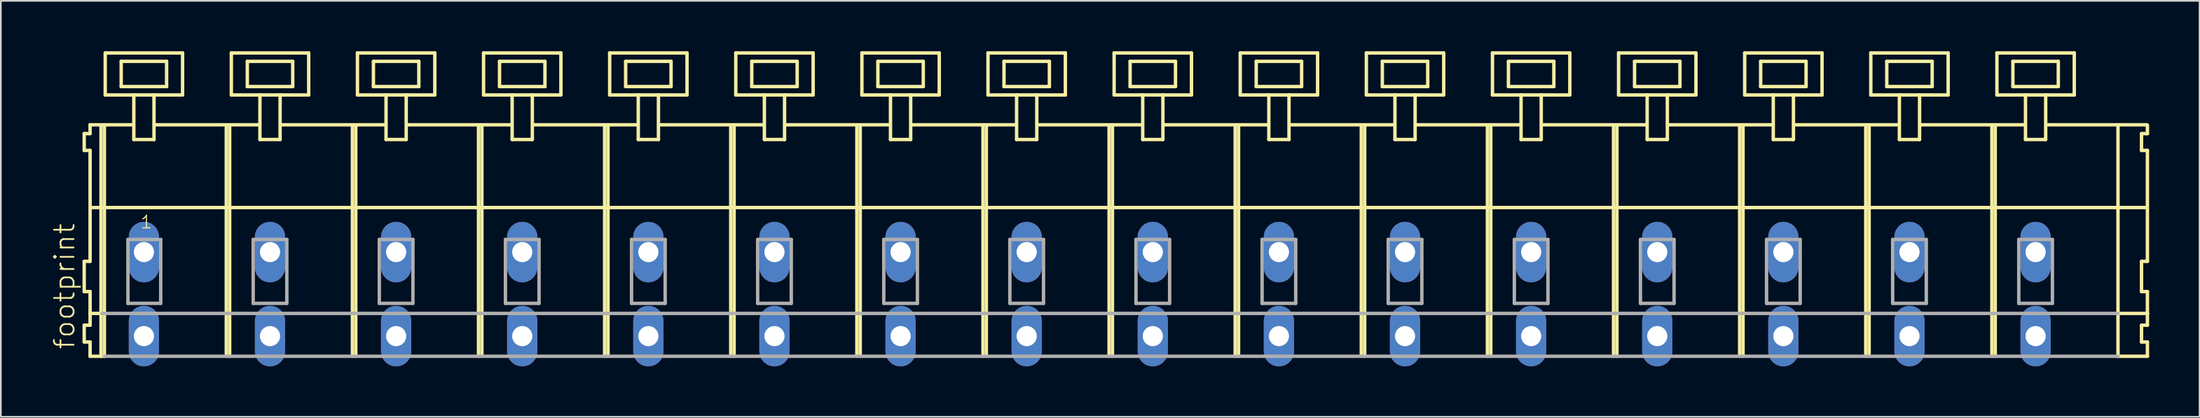
<source format=kicad_pcb>
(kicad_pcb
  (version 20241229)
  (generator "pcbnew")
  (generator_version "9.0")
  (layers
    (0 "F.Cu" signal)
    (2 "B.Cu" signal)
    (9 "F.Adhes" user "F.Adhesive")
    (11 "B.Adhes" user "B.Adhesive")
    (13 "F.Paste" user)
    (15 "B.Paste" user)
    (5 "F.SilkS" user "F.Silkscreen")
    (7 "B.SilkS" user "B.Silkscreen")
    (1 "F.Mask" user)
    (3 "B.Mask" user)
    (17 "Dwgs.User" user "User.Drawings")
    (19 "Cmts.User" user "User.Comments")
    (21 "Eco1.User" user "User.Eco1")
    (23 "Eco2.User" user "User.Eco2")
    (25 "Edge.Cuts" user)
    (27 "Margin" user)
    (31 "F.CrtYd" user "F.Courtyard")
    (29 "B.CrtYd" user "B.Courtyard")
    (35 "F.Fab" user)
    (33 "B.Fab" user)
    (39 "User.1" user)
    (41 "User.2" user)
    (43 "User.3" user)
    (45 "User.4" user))
  (footprint "footprint"
    (layer "F.Cu")
    (at 63.008 11.952)
    (property "Reference" "footprint" (at -61.535 5.855 90) (layer "F.SilkS") (effects (font (size 1.168 1.168) (thickness 0.102)) (justify left bottom)))
    (fp_line (start -61.05 -7.05) (end -61.05 -6.05) (stroke (width 0.203) (type solid)) (layer "F.SilkS"))
    (fp_line (start -61.05 -6.05) (end -60.7 -6.05) (stroke (width 0.203) (type solid)) (layer "F.SilkS"))
    (fp_line (start -61.05 0.55) (end -61.05 2.35) (stroke (width 0.203) (type solid)) (layer "F.SilkS"))
    (fp_line (start -61.05 2.35) (end -60.7 2.35) (stroke (width 0.203) (type solid)) (layer "F.SilkS"))
    (fp_line (start -61.05 4.35) (end -61.05 5.35) (stroke (width 0.203) (type solid)) (layer "F.SilkS"))
    (fp_line (start -61.05 5.35) (end -60.7 5.35) (stroke (width 0.203) (type solid)) (layer "F.SilkS"))
    (fp_line (start -60.7 -7.575) (end -60.7 -7.05) (stroke (width 0.203) (type solid)) (layer "F.SilkS"))
    (fp_line (start -60.7 -7.575) (end -58.125 -7.575) (stroke (width 0.203) (type solid)) (layer "F.SilkS"))
    (fp_line (start -60.7 -7.05) (end -61.05 -7.05) (stroke (width 0.203) (type solid)) (layer "F.SilkS"))
    (fp_line (start -60.7 -6.05) (end -60.7 0.55) (stroke (width 0.203) (type solid)) (layer "F.SilkS"))
    (fp_line (start -60.7 0.55) (end -61.05 0.55) (stroke (width 0.203) (type solid)) (layer "F.SilkS"))
    (fp_line (start -60.7 2.35) (end -60.7 4.35) (stroke (width 0.203) (type solid)) (layer "F.SilkS"))
    (fp_line (start -60.7 3.65) (end -60 3.65) (stroke (width 0.203) (type solid)) (layer "F.SilkS"))
    (fp_line (start -60.7 4.35) (end -61.05 4.35) (stroke (width 0.203) (type solid)) (layer "F.SilkS"))
    (fp_line (start -60.7 5.35) (end -60.7 6.2) (stroke (width 0.203) (type solid)) (layer "F.SilkS"))
    (fp_line (start -60.7 6.2) (end -60.05 6.2) (stroke (width 0.203) (type solid)) (layer "F.SilkS"))
    (fp_line (start -60.65 -2.65) (end 61.6 -2.65) (stroke (width 0.203) (type solid)) (layer "F.SilkS"))
    (fp_line (start -60.05 -7.55) (end -60.05 6.2) (stroke (width 0.203) (type solid)) (layer "F.SilkS"))
    (fp_line (start -60.05 6.2) (end -59.85 6.2) (stroke (width 0.203) (type solid)) (layer "F.SilkS"))
    (fp_line (start -59.85 -7.55) (end -59.85 6.2) (stroke (width 0.203) (type solid)) (layer "F.SilkS"))
    (fp_line (start -59.8 -11.85) (end -59.8 -9.35) (stroke (width 0.203) (type solid)) (layer "F.SilkS"))
    (fp_line (start -59.8 -9.35) (end -58.1 -9.35) (stroke (width 0.203) (type solid)) (layer "F.SilkS"))
    (fp_line (start -58.85 -11.35) (end -58.85 -9.85) (stroke (width 0.203) (type solid)) (layer "F.SilkS"))
    (fp_line (start -58.85 -9.85) (end -56.15 -9.85) (stroke (width 0.203) (type solid)) (layer "F.SilkS"))
    (fp_line (start -58.1 -9.35) (end -58.1 -6.7) (stroke (width 0.203) (type solid)) (layer "F.SilkS"))
    (fp_line (start -58.1 -9.35) (end -56.9 -9.35) (stroke (width 0.203) (type solid)) (layer "F.SilkS"))
    (fp_line (start -58.1 -6.7) (end -56.9 -6.7) (stroke (width 0.203) (type solid)) (layer "F.SilkS"))
    (fp_line (start -56.9 -9.35) (end -55.2 -9.35) (stroke (width 0.203) (type solid)) (layer "F.SilkS"))
    (fp_line (start -56.9 -6.7) (end -56.9 -9.35) (stroke (width 0.203) (type solid)) (layer "F.SilkS"))
    (fp_line (start -56.825 -7.575) (end -50.625 -7.575) (stroke (width 0.203) (type solid)) (layer "F.SilkS"))
    (fp_line (start -56.15 -11.35) (end -58.85 -11.35) (stroke (width 0.203) (type solid)) (layer "F.SilkS"))
    (fp_line (start -56.15 -9.85) (end -56.15 -11.35) (stroke (width 0.203) (type solid)) (layer "F.SilkS"))
    (fp_line (start -55.2 -11.85) (end -59.8 -11.85) (stroke (width 0.203) (type solid)) (layer "F.SilkS"))
    (fp_line (start -55.2 -9.35) (end -55.2 -11.85) (stroke (width 0.203) (type solid)) (layer "F.SilkS"))
    (fp_line (start -52.6 -7.55) (end -52.6 6.2) (stroke (width 0.203) (type solid)) (layer "F.SilkS"))
    (fp_line (start -52.4 -7.55) (end -52.4 6.2) (stroke (width 0.203) (type solid)) (layer "F.SilkS"))
    (fp_line (start -52.3 -11.85) (end -52.3 -9.35) (stroke (width 0.203) (type solid)) (layer "F.SilkS"))
    (fp_line (start -52.3 -9.35) (end -50.6 -9.35) (stroke (width 0.203) (type solid)) (layer "F.SilkS"))
    (fp_line (start -51.35 -11.35) (end -51.35 -9.85) (stroke (width 0.203) (type solid)) (layer "F.SilkS"))
    (fp_line (start -51.35 -9.85) (end -48.65 -9.85) (stroke (width 0.203) (type solid)) (layer "F.SilkS"))
    (fp_line (start -50.6 -9.35) (end -50.6 -6.7) (stroke (width 0.203) (type solid)) (layer "F.SilkS"))
    (fp_line (start -50.6 -9.35) (end -49.4 -9.35) (stroke (width 0.203) (type solid)) (layer "F.SilkS"))
    (fp_line (start -50.6 -6.7) (end -49.4 -6.7) (stroke (width 0.203) (type solid)) (layer "F.SilkS"))
    (fp_line (start -49.4 -9.35) (end -47.7 -9.35) (stroke (width 0.203) (type solid)) (layer "F.SilkS"))
    (fp_line (start -49.4 -6.7) (end -49.4 -9.35) (stroke (width 0.203) (type solid)) (layer "F.SilkS"))
    (fp_line (start -49.325 -7.575) (end -43.125 -7.575) (stroke (width 0.203) (type solid)) (layer "F.SilkS"))
    (fp_line (start -48.65 -11.35) (end -51.35 -11.35) (stroke (width 0.203) (type solid)) (layer "F.SilkS"))
    (fp_line (start -48.65 -9.85) (end -48.65 -11.35) (stroke (width 0.203) (type solid)) (layer "F.SilkS"))
    (fp_line (start -47.7 -11.85) (end -52.3 -11.85) (stroke (width 0.203) (type solid)) (layer "F.SilkS"))
    (fp_line (start -47.7 -9.35) (end -47.7 -11.85) (stroke (width 0.203) (type solid)) (layer "F.SilkS"))
    (fp_line (start -45.1 -7.55) (end -45.1 6.2) (stroke (width 0.203) (type solid)) (layer "F.SilkS"))
    (fp_line (start -44.9 -7.55) (end -44.9 6.2) (stroke (width 0.203) (type solid)) (layer "F.SilkS"))
    (fp_line (start -44.8 -11.85) (end -44.8 -9.35) (stroke (width 0.203) (type solid)) (layer "F.SilkS"))
    (fp_line (start -44.8 -9.35) (end -43.1 -9.35) (stroke (width 0.203) (type solid)) (layer "F.SilkS"))
    (fp_line (start -43.85 -11.35) (end -43.85 -9.85) (stroke (width 0.203) (type solid)) (layer "F.SilkS"))
    (fp_line (start -43.85 -9.85) (end -41.15 -9.85) (stroke (width 0.203) (type solid)) (layer "F.SilkS"))
    (fp_line (start -43.1 -9.35) (end -43.1 -6.7) (stroke (width 0.203) (type solid)) (layer "F.SilkS"))
    (fp_line (start -43.1 -9.35) (end -41.9 -9.35) (stroke (width 0.203) (type solid)) (layer "F.SilkS"))
    (fp_line (start -43.1 -6.7) (end -41.9 -6.7) (stroke (width 0.203) (type solid)) (layer "F.SilkS"))
    (fp_line (start -41.9 -9.35) (end -40.2 -9.35) (stroke (width 0.203) (type solid)) (layer "F.SilkS"))
    (fp_line (start -41.9 -6.7) (end -41.9 -9.35) (stroke (width 0.203) (type solid)) (layer "F.SilkS"))
    (fp_line (start -41.825 -7.575) (end -35.625 -7.575) (stroke (width 0.203) (type solid)) (layer "F.SilkS"))
    (fp_line (start -41.15 -11.35) (end -43.85 -11.35) (stroke (width 0.203) (type solid)) (layer "F.SilkS"))
    (fp_line (start -41.15 -9.85) (end -41.15 -11.35) (stroke (width 0.203) (type solid)) (layer "F.SilkS"))
    (fp_line (start -40.2 -11.85) (end -44.8 -11.85) (stroke (width 0.203) (type solid)) (layer "F.SilkS"))
    (fp_line (start -40.2 -9.35) (end -40.2 -11.85) (stroke (width 0.203) (type solid)) (layer "F.SilkS"))
    (fp_line (start -37.6 -7.55) (end -37.6 6.2) (stroke (width 0.203) (type solid)) (layer "F.SilkS"))
    (fp_line (start -37.4 -7.55) (end -37.4 6.2) (stroke (width 0.203) (type solid)) (layer "F.SilkS"))
    (fp_line (start -37.3 -11.85) (end -37.3 -9.35) (stroke (width 0.203) (type solid)) (layer "F.SilkS"))
    (fp_line (start -37.3 -9.35) (end -35.6 -9.35) (stroke (width 0.203) (type solid)) (layer "F.SilkS"))
    (fp_line (start -36.35 -11.35) (end -36.35 -9.85) (stroke (width 0.203) (type solid)) (layer "F.SilkS"))
    (fp_line (start -36.35 -9.85) (end -33.65 -9.85) (stroke (width 0.203) (type solid)) (layer "F.SilkS"))
    (fp_line (start -35.6 -9.35) (end -35.6 -6.7) (stroke (width 0.203) (type solid)) (layer "F.SilkS"))
    (fp_line (start -35.6 -9.35) (end -34.4 -9.35) (stroke (width 0.203) (type solid)) (layer "F.SilkS"))
    (fp_line (start -35.6 -6.7) (end -34.4 -6.7) (stroke (width 0.203) (type solid)) (layer "F.SilkS"))
    (fp_line (start -34.4 -9.35) (end -32.7 -9.35) (stroke (width 0.203) (type solid)) (layer "F.SilkS"))
    (fp_line (start -34.4 -6.7) (end -34.4 -9.35) (stroke (width 0.203) (type solid)) (layer "F.SilkS"))
    (fp_line (start -34.325 -7.575) (end -28.125 -7.575) (stroke (width 0.203) (type solid)) (layer "F.SilkS"))
    (fp_line (start -33.65 -11.35) (end -36.35 -11.35) (stroke (width 0.203) (type solid)) (layer "F.SilkS"))
    (fp_line (start -33.65 -9.85) (end -33.65 -11.35) (stroke (width 0.203) (type solid)) (layer "F.SilkS"))
    (fp_line (start -32.7 -11.85) (end -37.3 -11.85) (stroke (width 0.203) (type solid)) (layer "F.SilkS"))
    (fp_line (start -32.7 -9.35) (end -32.7 -11.85) (stroke (width 0.203) (type solid)) (layer "F.SilkS"))
    (fp_line (start -30.1 -7.55) (end -30.1 6.2) (stroke (width 0.203) (type solid)) (layer "F.SilkS"))
    (fp_line (start -29.9 -7.55) (end -29.9 6.2) (stroke (width 0.203) (type solid)) (layer "F.SilkS"))
    (fp_line (start -29.8 -11.85) (end -29.8 -9.35) (stroke (width 0.203) (type solid)) (layer "F.SilkS"))
    (fp_line (start -29.8 -9.35) (end -28.1 -9.35) (stroke (width 0.203) (type solid)) (layer "F.SilkS"))
    (fp_line (start -28.85 -11.35) (end -28.85 -9.85) (stroke (width 0.203) (type solid)) (layer "F.SilkS"))
    (fp_line (start -28.85 -9.85) (end -26.15 -9.85) (stroke (width 0.203) (type solid)) (layer "F.SilkS"))
    (fp_line (start -28.1 -9.35) (end -28.1 -6.7) (stroke (width 0.203) (type solid)) (layer "F.SilkS"))
    (fp_line (start -28.1 -9.35) (end -26.9 -9.35) (stroke (width 0.203) (type solid)) (layer "F.SilkS"))
    (fp_line (start -28.1 -6.7) (end -26.9 -6.7) (stroke (width 0.203) (type solid)) (layer "F.SilkS"))
    (fp_line (start -26.9 -9.35) (end -25.2 -9.35) (stroke (width 0.203) (type solid)) (layer "F.SilkS"))
    (fp_line (start -26.9 -6.7) (end -26.9 -9.35) (stroke (width 0.203) (type solid)) (layer "F.SilkS"))
    (fp_line (start -26.825 -7.575) (end -20.625 -7.575) (stroke (width 0.203) (type solid)) (layer "F.SilkS"))
    (fp_line (start -26.15 -11.35) (end -28.85 -11.35) (stroke (width 0.203) (type solid)) (layer "F.SilkS"))
    (fp_line (start -26.15 -9.85) (end -26.15 -11.35) (stroke (width 0.203) (type solid)) (layer "F.SilkS"))
    (fp_line (start -25.2 -11.85) (end -29.8 -11.85) (stroke (width 0.203) (type solid)) (layer "F.SilkS"))
    (fp_line (start -25.2 -9.35) (end -25.2 -11.85) (stroke (width 0.203) (type solid)) (layer "F.SilkS"))
    (fp_line (start -22.6 -7.55) (end -22.6 6.2) (stroke (width 0.203) (type solid)) (layer "F.SilkS"))
    (fp_line (start -22.4 -7.55) (end -22.4 6.2) (stroke (width 0.203) (type solid)) (layer "F.SilkS"))
    (fp_line (start -22.3 -11.85) (end -22.3 -9.35) (stroke (width 0.203) (type solid)) (layer "F.SilkS"))
    (fp_line (start -22.3 -9.35) (end -20.6 -9.35) (stroke (width 0.203) (type solid)) (layer "F.SilkS"))
    (fp_line (start -21.35 -11.35) (end -21.35 -9.85) (stroke (width 0.203) (type solid)) (layer "F.SilkS"))
    (fp_line (start -21.35 -9.85) (end -18.65 -9.85) (stroke (width 0.203) (type solid)) (layer "F.SilkS"))
    (fp_line (start -20.6 -9.35) (end -20.6 -6.7) (stroke (width 0.203) (type solid)) (layer "F.SilkS"))
    (fp_line (start -20.6 -9.35) (end -19.4 -9.35) (stroke (width 0.203) (type solid)) (layer "F.SilkS"))
    (fp_line (start -20.6 -6.7) (end -19.4 -6.7) (stroke (width 0.203) (type solid)) (layer "F.SilkS"))
    (fp_line (start -19.4 -9.35) (end -17.7 -9.35) (stroke (width 0.203) (type solid)) (layer "F.SilkS"))
    (fp_line (start -19.4 -6.7) (end -19.4 -9.35) (stroke (width 0.203) (type solid)) (layer "F.SilkS"))
    (fp_line (start -19.325 -7.575) (end -13.125 -7.575) (stroke (width 0.203) (type solid)) (layer "F.SilkS"))
    (fp_line (start -18.65 -11.35) (end -21.35 -11.35) (stroke (width 0.203) (type solid)) (layer "F.SilkS"))
    (fp_line (start -18.65 -9.85) (end -18.65 -11.35) (stroke (width 0.203) (type solid)) (layer "F.SilkS"))
    (fp_line (start -17.7 -11.85) (end -22.3 -11.85) (stroke (width 0.203) (type solid)) (layer "F.SilkS"))
    (fp_line (start -17.7 -9.35) (end -17.7 -11.85) (stroke (width 0.203) (type solid)) (layer "F.SilkS"))
    (fp_line (start -15.1 -7.55) (end -15.1 6.2) (stroke (width 0.203) (type solid)) (layer "F.SilkS"))
    (fp_line (start -14.9 -7.55) (end -14.9 6.2) (stroke (width 0.203) (type solid)) (layer "F.SilkS"))
    (fp_line (start -14.8 -11.85) (end -14.8 -9.35) (stroke (width 0.203) (type solid)) (layer "F.SilkS"))
    (fp_line (start -14.8 -9.35) (end -13.1 -9.35) (stroke (width 0.203) (type solid)) (layer "F.SilkS"))
    (fp_line (start -13.85 -11.35) (end -13.85 -9.85) (stroke (width 0.203) (type solid)) (layer "F.SilkS"))
    (fp_line (start -13.85 -9.85) (end -11.15 -9.85) (stroke (width 0.203) (type solid)) (layer "F.SilkS"))
    (fp_line (start -13.1 -9.35) (end -13.1 -6.7) (stroke (width 0.203) (type solid)) (layer "F.SilkS"))
    (fp_line (start -13.1 -9.35) (end -11.9 -9.35) (stroke (width 0.203) (type solid)) (layer "F.SilkS"))
    (fp_line (start -13.1 -6.7) (end -11.9 -6.7) (stroke (width 0.203) (type solid)) (layer "F.SilkS"))
    (fp_line (start -11.9 -9.35) (end -10.2 -9.35) (stroke (width 0.203) (type solid)) (layer "F.SilkS"))
    (fp_line (start -11.9 -6.7) (end -11.9 -9.35) (stroke (width 0.203) (type solid)) (layer "F.SilkS"))
    (fp_line (start -11.825 -7.575) (end -5.625 -7.575) (stroke (width 0.203) (type solid)) (layer "F.SilkS"))
    (fp_line (start -11.15 -11.35) (end -13.85 -11.35) (stroke (width 0.203) (type solid)) (layer "F.SilkS"))
    (fp_line (start -11.15 -9.85) (end -11.15 -11.35) (stroke (width 0.203) (type solid)) (layer "F.SilkS"))
    (fp_line (start -10.2 -11.85) (end -14.8 -11.85) (stroke (width 0.203) (type solid)) (layer "F.SilkS"))
    (fp_line (start -10.2 -9.35) (end -10.2 -11.85) (stroke (width 0.203) (type solid)) (layer "F.SilkS"))
    (fp_line (start -7.6 -7.55) (end -7.6 6.2) (stroke (width 0.203) (type solid)) (layer "F.SilkS"))
    (fp_line (start -7.4 -7.55) (end -7.4 6.2) (stroke (width 0.203) (type solid)) (layer "F.SilkS"))
    (fp_line (start -7.3 -11.85) (end -7.3 -9.35) (stroke (width 0.203) (type solid)) (layer "F.SilkS"))
    (fp_line (start -7.3 -9.35) (end -5.6 -9.35) (stroke (width 0.203) (type solid)) (layer "F.SilkS"))
    (fp_line (start -6.35 -11.35) (end -6.35 -9.85) (stroke (width 0.203) (type solid)) (layer "F.SilkS"))
    (fp_line (start -6.35 -9.85) (end -3.65 -9.85) (stroke (width 0.203) (type solid)) (layer "F.SilkS"))
    (fp_line (start -5.6 -9.35) (end -5.6 -6.7) (stroke (width 0.203) (type solid)) (layer "F.SilkS"))
    (fp_line (start -5.6 -9.35) (end -4.4 -9.35) (stroke (width 0.203) (type solid)) (layer "F.SilkS"))
    (fp_line (start -5.6 -6.7) (end -4.4 -6.7) (stroke (width 0.203) (type solid)) (layer "F.SilkS"))
    (fp_line (start -4.4 -9.35) (end -2.7 -9.35) (stroke (width 0.203) (type solid)) (layer "F.SilkS"))
    (fp_line (start -4.4 -6.7) (end -4.4 -9.35) (stroke (width 0.203) (type solid)) (layer "F.SilkS"))
    (fp_line (start -4.325 -7.575) (end 1.875 -7.575) (stroke (width 0.203) (type solid)) (layer "F.SilkS"))
    (fp_line (start -3.65 -11.35) (end -6.35 -11.35) (stroke (width 0.203) (type solid)) (layer "F.SilkS"))
    (fp_line (start -3.65 -9.85) (end -3.65 -11.35) (stroke (width 0.203) (type solid)) (layer "F.SilkS"))
    (fp_line (start -2.7 -11.85) (end -7.3 -11.85) (stroke (width 0.203) (type solid)) (layer "F.SilkS"))
    (fp_line (start -2.7 -9.35) (end -2.7 -11.85) (stroke (width 0.203) (type solid)) (layer "F.SilkS"))
    (fp_line (start -0.1 -7.55) (end -0.1 6.2) (stroke (width 0.203) (type solid)) (layer "F.SilkS"))
    (fp_line (start 0.1 -7.55) (end 0.1 6.2) (stroke (width 0.203) (type solid)) (layer "F.SilkS"))
    (fp_line (start 0.2 -11.85) (end 0.2 -9.35) (stroke (width 0.203) (type solid)) (layer "F.SilkS"))
    (fp_line (start 0.2 -9.35) (end 1.9 -9.35) (stroke (width 0.203) (type solid)) (layer "F.SilkS"))
    (fp_line (start 1.15 -11.35) (end 1.15 -9.85) (stroke (width 0.203) (type solid)) (layer "F.SilkS"))
    (fp_line (start 1.15 -9.85) (end 3.85 -9.85) (stroke (width 0.203) (type solid)) (layer "F.SilkS"))
    (fp_line (start 1.9 -9.35) (end 1.9 -6.7) (stroke (width 0.203) (type solid)) (layer "F.SilkS"))
    (fp_line (start 1.9 -9.35) (end 3.1 -9.35) (stroke (width 0.203) (type solid)) (layer "F.SilkS"))
    (fp_line (start 1.9 -6.7) (end 3.1 -6.7) (stroke (width 0.203) (type solid)) (layer "F.SilkS"))
    (fp_line (start 3.1 -9.35) (end 4.8 -9.35) (stroke (width 0.203) (type solid)) (layer "F.SilkS"))
    (fp_line (start 3.1 -6.7) (end 3.1 -9.35) (stroke (width 0.203) (type solid)) (layer "F.SilkS"))
    (fp_line (start 3.175 -7.575) (end 9.375 -7.575) (stroke (width 0.203) (type solid)) (layer "F.SilkS"))
    (fp_line (start 3.85 -11.35) (end 1.15 -11.35) (stroke (width 0.203) (type solid)) (layer "F.SilkS"))
    (fp_line (start 3.85 -9.85) (end 3.85 -11.35) (stroke (width 0.203) (type solid)) (layer "F.SilkS"))
    (fp_line (start 4.8 -11.85) (end 0.2 -11.85) (stroke (width 0.203) (type solid)) (layer "F.SilkS"))
    (fp_line (start 4.8 -9.35) (end 4.8 -11.85) (stroke (width 0.203) (type solid)) (layer "F.SilkS"))
    (fp_line (start 7.4 -7.55) (end 7.4 6.2) (stroke (width 0.203) (type solid)) (layer "F.SilkS"))
    (fp_line (start 7.6 -7.55) (end 7.6 6.2) (stroke (width 0.203) (type solid)) (layer "F.SilkS"))
    (fp_line (start 7.7 -11.85) (end 7.7 -9.35) (stroke (width 0.203) (type solid)) (layer "F.SilkS"))
    (fp_line (start 7.7 -9.35) (end 9.4 -9.35) (stroke (width 0.203) (type solid)) (layer "F.SilkS"))
    (fp_line (start 8.65 -11.35) (end 8.65 -9.85) (stroke (width 0.203) (type solid)) (layer "F.SilkS"))
    (fp_line (start 8.65 -9.85) (end 11.35 -9.85) (stroke (width 0.203) (type solid)) (layer "F.SilkS"))
    (fp_line (start 9.4 -9.35) (end 9.4 -6.7) (stroke (width 0.203) (type solid)) (layer "F.SilkS"))
    (fp_line (start 9.4 -9.35) (end 10.6 -9.35) (stroke (width 0.203) (type solid)) (layer "F.SilkS"))
    (fp_line (start 9.4 -6.7) (end 10.6 -6.7) (stroke (width 0.203) (type solid)) (layer "F.SilkS"))
    (fp_line (start 10.6 -9.35) (end 12.3 -9.35) (stroke (width 0.203) (type solid)) (layer "F.SilkS"))
    (fp_line (start 10.6 -6.7) (end 10.6 -9.35) (stroke (width 0.203) (type solid)) (layer "F.SilkS"))
    (fp_line (start 10.675 -7.575) (end 16.875 -7.575) (stroke (width 0.203) (type solid)) (layer "F.SilkS"))
    (fp_line (start 11.35 -11.35) (end 8.65 -11.35) (stroke (width 0.203) (type solid)) (layer "F.SilkS"))
    (fp_line (start 11.35 -9.85) (end 11.35 -11.35) (stroke (width 0.203) (type solid)) (layer "F.SilkS"))
    (fp_line (start 12.3 -11.85) (end 7.7 -11.85) (stroke (width 0.203) (type solid)) (layer "F.SilkS"))
    (fp_line (start 12.3 -9.35) (end 12.3 -11.85) (stroke (width 0.203) (type solid)) (layer "F.SilkS"))
    (fp_line (start 14.9 -7.55) (end 14.9 6.2) (stroke (width 0.203) (type solid)) (layer "F.SilkS"))
    (fp_line (start 15.1 -7.55) (end 15.1 6.2) (stroke (width 0.203) (type solid)) (layer "F.SilkS"))
    (fp_line (start 15.2 -11.85) (end 15.2 -9.35) (stroke (width 0.203) (type solid)) (layer "F.SilkS"))
    (fp_line (start 15.2 -9.35) (end 16.9 -9.35) (stroke (width 0.203) (type solid)) (layer "F.SilkS"))
    (fp_line (start 16.15 -11.35) (end 16.15 -9.85) (stroke (width 0.203) (type solid)) (layer "F.SilkS"))
    (fp_line (start 16.15 -9.85) (end 18.85 -9.85) (stroke (width 0.203) (type solid)) (layer "F.SilkS"))
    (fp_line (start 16.9 -9.35) (end 16.9 -6.7) (stroke (width 0.203) (type solid)) (layer "F.SilkS"))
    (fp_line (start 16.9 -9.35) (end 18.1 -9.35) (stroke (width 0.203) (type solid)) (layer "F.SilkS"))
    (fp_line (start 16.9 -6.7) (end 18.1 -6.7) (stroke (width 0.203) (type solid)) (layer "F.SilkS"))
    (fp_line (start 18.1 -9.35) (end 19.8 -9.35) (stroke (width 0.203) (type solid)) (layer "F.SilkS"))
    (fp_line (start 18.1 -6.7) (end 18.1 -9.35) (stroke (width 0.203) (type solid)) (layer "F.SilkS"))
    (fp_line (start 18.175 -7.575) (end 24.375 -7.575) (stroke (width 0.203) (type solid)) (layer "F.SilkS"))
    (fp_line (start 18.85 -11.35) (end 16.15 -11.35) (stroke (width 0.203) (type solid)) (layer "F.SilkS"))
    (fp_line (start 18.85 -9.85) (end 18.85 -11.35) (stroke (width 0.203) (type solid)) (layer "F.SilkS"))
    (fp_line (start 19.8 -11.85) (end 15.2 -11.85) (stroke (width 0.203) (type solid)) (layer "F.SilkS"))
    (fp_line (start 19.8 -9.35) (end 19.8 -11.85) (stroke (width 0.203) (type solid)) (layer "F.SilkS"))
    (fp_line (start 22.4 -7.55) (end 22.4 6.2) (stroke (width 0.203) (type solid)) (layer "F.SilkS"))
    (fp_line (start 22.6 -7.55) (end 22.6 6.2) (stroke (width 0.203) (type solid)) (layer "F.SilkS"))
    (fp_line (start 22.7 -11.85) (end 22.7 -9.35) (stroke (width 0.203) (type solid)) (layer "F.SilkS"))
    (fp_line (start 22.7 -9.35) (end 24.4 -9.35) (stroke (width 0.203) (type solid)) (layer "F.SilkS"))
    (fp_line (start 23.65 -11.35) (end 23.65 -9.85) (stroke (width 0.203) (type solid)) (layer "F.SilkS"))
    (fp_line (start 23.65 -9.85) (end 26.35 -9.85) (stroke (width 0.203) (type solid)) (layer "F.SilkS"))
    (fp_line (start 24.4 -9.35) (end 24.4 -6.7) (stroke (width 0.203) (type solid)) (layer "F.SilkS"))
    (fp_line (start 24.4 -9.35) (end 25.6 -9.35) (stroke (width 0.203) (type solid)) (layer "F.SilkS"))
    (fp_line (start 24.4 -6.7) (end 25.6 -6.7) (stroke (width 0.203) (type solid)) (layer "F.SilkS"))
    (fp_line (start 25.6 -9.35) (end 27.3 -9.35) (stroke (width 0.203) (type solid)) (layer "F.SilkS"))
    (fp_line (start 25.6 -6.7) (end 25.6 -9.35) (stroke (width 0.203) (type solid)) (layer "F.SilkS"))
    (fp_line (start 25.675 -7.575) (end 31.875 -7.575) (stroke (width 0.203) (type solid)) (layer "F.SilkS"))
    (fp_line (start 26.35 -11.35) (end 23.65 -11.35) (stroke (width 0.203) (type solid)) (layer "F.SilkS"))
    (fp_line (start 26.35 -9.85) (end 26.35 -11.35) (stroke (width 0.203) (type solid)) (layer "F.SilkS"))
    (fp_line (start 27.3 -11.85) (end 22.7 -11.85) (stroke (width 0.203) (type solid)) (layer "F.SilkS"))
    (fp_line (start 27.3 -9.35) (end 27.3 -11.85) (stroke (width 0.203) (type solid)) (layer "F.SilkS"))
    (fp_line (start 29.9 -7.55) (end 29.9 6.2) (stroke (width 0.203) (type solid)) (layer "F.SilkS"))
    (fp_line (start 30.1 -7.55) (end 30.1 6.2) (stroke (width 0.203) (type solid)) (layer "F.SilkS"))
    (fp_line (start 30.2 -11.85) (end 30.2 -9.35) (stroke (width 0.203) (type solid)) (layer "F.SilkS"))
    (fp_line (start 30.2 -9.35) (end 31.9 -9.35) (stroke (width 0.203) (type solid)) (layer "F.SilkS"))
    (fp_line (start 31.15 -11.35) (end 31.15 -9.85) (stroke (width 0.203) (type solid)) (layer "F.SilkS"))
    (fp_line (start 31.15 -9.85) (end 33.85 -9.85) (stroke (width 0.203) (type solid)) (layer "F.SilkS"))
    (fp_line (start 31.9 -9.35) (end 31.9 -6.7) (stroke (width 0.203) (type solid)) (layer "F.SilkS"))
    (fp_line (start 31.9 -9.35) (end 33.1 -9.35) (stroke (width 0.203) (type solid)) (layer "F.SilkS"))
    (fp_line (start 31.9 -6.7) (end 33.1 -6.7) (stroke (width 0.203) (type solid)) (layer "F.SilkS"))
    (fp_line (start 33.1 -9.35) (end 34.8 -9.35) (stroke (width 0.203) (type solid)) (layer "F.SilkS"))
    (fp_line (start 33.1 -6.7) (end 33.1 -9.35) (stroke (width 0.203) (type solid)) (layer "F.SilkS"))
    (fp_line (start 33.175 -7.575) (end 39.375 -7.575) (stroke (width 0.203) (type solid)) (layer "F.SilkS"))
    (fp_line (start 33.85 -11.35) (end 31.15 -11.35) (stroke (width 0.203) (type solid)) (layer "F.SilkS"))
    (fp_line (start 33.85 -9.85) (end 33.85 -11.35) (stroke (width 0.203) (type solid)) (layer "F.SilkS"))
    (fp_line (start 34.8 -11.85) (end 30.2 -11.85) (stroke (width 0.203) (type solid)) (layer "F.SilkS"))
    (fp_line (start 34.8 -9.35) (end 34.8 -11.85) (stroke (width 0.203) (type solid)) (layer "F.SilkS"))
    (fp_line (start 37.4 -7.55) (end 37.4 6.2) (stroke (width 0.203) (type solid)) (layer "F.SilkS"))
    (fp_line (start 37.6 -7.55) (end 37.6 6.2) (stroke (width 0.203) (type solid)) (layer "F.SilkS"))
    (fp_line (start 37.7 -11.85) (end 37.7 -9.35) (stroke (width 0.203) (type solid)) (layer "F.SilkS"))
    (fp_line (start 37.7 -9.35) (end 39.4 -9.35) (stroke (width 0.203) (type solid)) (layer "F.SilkS"))
    (fp_line (start 38.65 -11.35) (end 38.65 -9.85) (stroke (width 0.203) (type solid)) (layer "F.SilkS"))
    (fp_line (start 38.65 -9.85) (end 41.35 -9.85) (stroke (width 0.203) (type solid)) (layer "F.SilkS"))
    (fp_line (start 39.4 -9.35) (end 39.4 -6.7) (stroke (width 0.203) (type solid)) (layer "F.SilkS"))
    (fp_line (start 39.4 -9.35) (end 40.6 -9.35) (stroke (width 0.203) (type solid)) (layer "F.SilkS"))
    (fp_line (start 39.4 -6.7) (end 40.6 -6.7) (stroke (width 0.203) (type solid)) (layer "F.SilkS"))
    (fp_line (start 40.6 -9.35) (end 42.3 -9.35) (stroke (width 0.203) (type solid)) (layer "F.SilkS"))
    (fp_line (start 40.6 -6.7) (end 40.6 -9.35) (stroke (width 0.203) (type solid)) (layer "F.SilkS"))
    (fp_line (start 40.675 -7.575) (end 46.875 -7.575) (stroke (width 0.203) (type solid)) (layer "F.SilkS"))
    (fp_line (start 41.35 -11.35) (end 38.65 -11.35) (stroke (width 0.203) (type solid)) (layer "F.SilkS"))
    (fp_line (start 41.35 -9.85) (end 41.35 -11.35) (stroke (width 0.203) (type solid)) (layer "F.SilkS"))
    (fp_line (start 42.3 -11.85) (end 37.7 -11.85) (stroke (width 0.203) (type solid)) (layer "F.SilkS"))
    (fp_line (start 42.3 -9.35) (end 42.3 -11.85) (stroke (width 0.203) (type solid)) (layer "F.SilkS"))
    (fp_line (start 44.9 -7.55) (end 44.9 6.2) (stroke (width 0.203) (type solid)) (layer "F.SilkS"))
    (fp_line (start 45.1 -7.55) (end 45.1 6.2) (stroke (width 0.203) (type solid)) (layer "F.SilkS"))
    (fp_line (start 45.2 -11.85) (end 45.2 -9.35) (stroke (width 0.203) (type solid)) (layer "F.SilkS"))
    (fp_line (start 45.2 -9.35) (end 46.9 -9.35) (stroke (width 0.203) (type solid)) (layer "F.SilkS"))
    (fp_line (start 46.15 -11.35) (end 46.15 -9.85) (stroke (width 0.203) (type solid)) (layer "F.SilkS"))
    (fp_line (start 46.15 -9.85) (end 48.85 -9.85) (stroke (width 0.203) (type solid)) (layer "F.SilkS"))
    (fp_line (start 46.9 -9.35) (end 46.9 -6.7) (stroke (width 0.203) (type solid)) (layer "F.SilkS"))
    (fp_line (start 46.9 -9.35) (end 48.1 -9.35) (stroke (width 0.203) (type solid)) (layer "F.SilkS"))
    (fp_line (start 46.9 -6.7) (end 48.1 -6.7) (stroke (width 0.203) (type solid)) (layer "F.SilkS"))
    (fp_line (start 48.1 -9.35) (end 49.8 -9.35) (stroke (width 0.203) (type solid)) (layer "F.SilkS"))
    (fp_line (start 48.1 -6.7) (end 48.1 -9.35) (stroke (width 0.203) (type solid)) (layer "F.SilkS"))
    (fp_line (start 48.175 -7.575) (end 54.375 -7.575) (stroke (width 0.203) (type solid)) (layer "F.SilkS"))
    (fp_line (start 48.85 -11.35) (end 46.15 -11.35) (stroke (width 0.203) (type solid)) (layer "F.SilkS"))
    (fp_line (start 48.85 -9.85) (end 48.85 -11.35) (stroke (width 0.203) (type solid)) (layer "F.SilkS"))
    (fp_line (start 49.8 -11.85) (end 45.2 -11.85) (stroke (width 0.203) (type solid)) (layer "F.SilkS"))
    (fp_line (start 49.8 -9.35) (end 49.8 -11.85) (stroke (width 0.203) (type solid)) (layer "F.SilkS"))
    (fp_line (start 52.4 -7.55) (end 52.4 6.2) (stroke (width 0.203) (type solid)) (layer "F.SilkS"))
    (fp_line (start 52.6 -7.55) (end 52.6 6.2) (stroke (width 0.203) (type solid)) (layer "F.SilkS"))
    (fp_line (start 52.7 -11.85) (end 52.7 -9.35) (stroke (width 0.203) (type solid)) (layer "F.SilkS"))
    (fp_line (start 52.7 -9.35) (end 54.4 -9.35) (stroke (width 0.203) (type solid)) (layer "F.SilkS"))
    (fp_line (start 53.65 -11.35) (end 53.65 -9.85) (stroke (width 0.203) (type solid)) (layer "F.SilkS"))
    (fp_line (start 53.65 -9.85) (end 56.35 -9.85) (stroke (width 0.203) (type solid)) (layer "F.SilkS"))
    (fp_line (start 54.4 -9.35) (end 54.4 -6.7) (stroke (width 0.203) (type solid)) (layer "F.SilkS"))
    (fp_line (start 54.4 -9.35) (end 55.6 -9.35) (stroke (width 0.203) (type solid)) (layer "F.SilkS"))
    (fp_line (start 54.4 -6.7) (end 55.6 -6.7) (stroke (width 0.203) (type solid)) (layer "F.SilkS"))
    (fp_line (start 55.6 -9.35) (end 57.3 -9.35) (stroke (width 0.203) (type solid)) (layer "F.SilkS"))
    (fp_line (start 55.6 -6.7) (end 55.6 -9.35) (stroke (width 0.203) (type solid)) (layer "F.SilkS"))
    (fp_line (start 55.625 -7.575) (end 61.625 -7.575) (stroke (width 0.203) (type solid)) (layer "F.SilkS"))
    (fp_line (start 56.35 -11.35) (end 53.65 -11.35) (stroke (width 0.203) (type solid)) (layer "F.SilkS"))
    (fp_line (start 56.35 -9.85) (end 56.35 -11.35) (stroke (width 0.203) (type solid)) (layer "F.SilkS"))
    (fp_line (start 57.3 -11.85) (end 52.7 -11.85) (stroke (width 0.203) (type solid)) (layer "F.SilkS"))
    (fp_line (start 57.3 -9.35) (end 57.3 -11.85) (stroke (width 0.203) (type solid)) (layer "F.SilkS"))
    (fp_line (start 59.9 -7.55) (end 59.9 6.2) (stroke (width 0.203) (type solid)) (layer "F.SilkS"))
    (fp_line (start 59.9 6.2) (end 61.65 6.2) (stroke (width 0.203) (type solid)) (layer "F.SilkS"))
    (fp_line (start 59.95 3.65) (end 61.65 3.65) (stroke (width 0.203) (type solid)) (layer "F.SilkS"))
    (fp_line (start 61.3 -7.05) (end 61.3 -6.05) (stroke (width 0.203) (type solid)) (layer "F.SilkS"))
    (fp_line (start 61.3 -6.05) (end 61.65 -6.05) (stroke (width 0.203) (type solid)) (layer "F.SilkS"))
    (fp_line (start 61.3 0.55) (end 61.3 2.35) (stroke (width 0.203) (type solid)) (layer "F.SilkS"))
    (fp_line (start 61.3 2.35) (end 61.65 2.35) (stroke (width 0.203) (type solid)) (layer "F.SilkS"))
    (fp_line (start 61.3 4.35) (end 61.3 5.35) (stroke (width 0.203) (type solid)) (layer "F.SilkS"))
    (fp_line (start 61.3 5.35) (end 61.65 5.35) (stroke (width 0.203) (type solid)) (layer "F.SilkS"))
    (fp_line (start 61.65 -7.05) (end 61.3 -7.05) (stroke (width 0.203) (type solid)) (layer "F.SilkS"))
    (fp_line (start 61.65 -7.05) (end 61.65 -7.55) (stroke (width 0.203) (type solid)) (layer "F.SilkS"))
    (fp_line (start 61.65 0.55) (end 61.3 0.55) (stroke (width 0.203) (type solid)) (layer "F.SilkS"))
    (fp_line (start 61.65 0.55) (end 61.65 -6.05) (stroke (width 0.203) (type solid)) (layer "F.SilkS"))
    (fp_line (start 61.65 3.65) (end 61.65 2.35) (stroke (width 0.203) (type solid)) (layer "F.SilkS"))
    (fp_line (start 61.65 4.35) (end 61.3 4.35) (stroke (width 0.203) (type solid)) (layer "F.SilkS"))
    (fp_line (start 61.65 4.35) (end 61.65 3.65) (stroke (width 0.203) (type solid)) (layer "F.SilkS"))
    (fp_line (start 61.65 6.2) (end 61.65 5.35) (stroke (width 0.203) (type solid)) (layer "F.SilkS"))
    (fp_line (start -60 3.65) (end 59.9 3.65) (stroke (width 0.203) (type solid)) (layer "F.Fab"))
    (fp_line (start -59.85 6.2) (end 59.9 6.2) (stroke (width 0.203) (type solid)) (layer "F.Fab"))
    (fp_line (start -58.45 -0.75) (end -58.45 3.05) (stroke (width 0.203) (type solid)) (layer "F.Fab"))
    (fp_line (start -58.45 3.05) (end -56.5 3.05) (stroke (width 0.203) (type solid)) (layer "F.Fab"))
    (fp_line (start -56.5 -0.75) (end -58.45 -0.75) (stroke (width 0.203) (type solid)) (layer "F.Fab"))
    (fp_line (start -56.5 3.05) (end -56.5 -0.75) (stroke (width 0.203) (type solid)) (layer "F.Fab"))
    (fp_line (start -51 -0.75) (end -51 3.05) (stroke (width 0.203) (type solid)) (layer "F.Fab"))
    (fp_line (start -51 3.05) (end -49 3.05) (stroke (width 0.203) (type solid)) (layer "F.Fab"))
    (fp_line (start -49 -0.75) (end -51 -0.75) (stroke (width 0.203) (type solid)) (layer "F.Fab"))
    (fp_line (start -49 3.05) (end -49 -0.75) (stroke (width 0.203) (type solid)) (layer "F.Fab"))
    (fp_line (start -43.5 -0.75) (end -43.5 3.05) (stroke (width 0.203) (type solid)) (layer "F.Fab"))
    (fp_line (start -43.5 3.05) (end -41.5 3.05) (stroke (width 0.203) (type solid)) (layer "F.Fab"))
    (fp_line (start -41.5 -0.75) (end -43.5 -0.75) (stroke (width 0.203) (type solid)) (layer "F.Fab"))
    (fp_line (start -41.5 3.05) (end -41.5 -0.75) (stroke (width 0.203) (type solid)) (layer "F.Fab"))
    (fp_line (start -36 -0.75) (end -36 3.05) (stroke (width 0.203) (type solid)) (layer "F.Fab"))
    (fp_line (start -36 3.05) (end -34 3.05) (stroke (width 0.203) (type solid)) (layer "F.Fab"))
    (fp_line (start -34 -0.75) (end -36 -0.75) (stroke (width 0.203) (type solid)) (layer "F.Fab"))
    (fp_line (start -34 3.05) (end -34 -0.75) (stroke (width 0.203) (type solid)) (layer "F.Fab"))
    (fp_line (start -28.5 -0.75) (end -28.5 3.05) (stroke (width 0.203) (type solid)) (layer "F.Fab"))
    (fp_line (start -28.5 3.05) (end -26.5 3.05) (stroke (width 0.203) (type solid)) (layer "F.Fab"))
    (fp_line (start -26.5 -0.75) (end -28.5 -0.75) (stroke (width 0.203) (type solid)) (layer "F.Fab"))
    (fp_line (start -26.5 3.05) (end -26.5 -0.75) (stroke (width 0.203) (type solid)) (layer "F.Fab"))
    (fp_line (start -21 -0.75) (end -21 3.05) (stroke (width 0.203) (type solid)) (layer "F.Fab"))
    (fp_line (start -21 3.05) (end -19 3.05) (stroke (width 0.203) (type solid)) (layer "F.Fab"))
    (fp_line (start -19 -0.75) (end -21 -0.75) (stroke (width 0.203) (type solid)) (layer "F.Fab"))
    (fp_line (start -19 3.05) (end -19 -0.75) (stroke (width 0.203) (type solid)) (layer "F.Fab"))
    (fp_line (start -13.5 -0.75) (end -13.5 3.05) (stroke (width 0.203) (type solid)) (layer "F.Fab"))
    (fp_line (start -13.5 3.05) (end -11.5 3.05) (stroke (width 0.203) (type solid)) (layer "F.Fab"))
    (fp_line (start -11.5 -0.75) (end -13.5 -0.75) (stroke (width 0.203) (type solid)) (layer "F.Fab"))
    (fp_line (start -11.5 3.05) (end -11.5 -0.75) (stroke (width 0.203) (type solid)) (layer "F.Fab"))
    (fp_line (start -6 -0.75) (end -6 3.05) (stroke (width 0.203) (type solid)) (layer "F.Fab"))
    (fp_line (start -6 3.05) (end -4 3.05) (stroke (width 0.203) (type solid)) (layer "F.Fab"))
    (fp_line (start -4 -0.75) (end -6 -0.75) (stroke (width 0.203) (type solid)) (layer "F.Fab"))
    (fp_line (start -4 3.05) (end -4 -0.75) (stroke (width 0.203) (type solid)) (layer "F.Fab"))
    (fp_line (start 1.5 -0.75) (end 1.5 3.05) (stroke (width 0.203) (type solid)) (layer "F.Fab"))
    (fp_line (start 1.5 3.05) (end 3.5 3.05) (stroke (width 0.203) (type solid)) (layer "F.Fab"))
    (fp_line (start 3.5 -0.75) (end 1.5 -0.75) (stroke (width 0.203) (type solid)) (layer "F.Fab"))
    (fp_line (start 3.5 3.05) (end 3.5 -0.75) (stroke (width 0.203) (type solid)) (layer "F.Fab"))
    (fp_line (start 9 -0.75) (end 9 3.05) (stroke (width 0.203) (type solid)) (layer "F.Fab"))
    (fp_line (start 9 3.05) (end 11 3.05) (stroke (width 0.203) (type solid)) (layer "F.Fab"))
    (fp_line (start 11 -0.75) (end 9 -0.75) (stroke (width 0.203) (type solid)) (layer "F.Fab"))
    (fp_line (start 11 3.05) (end 11 -0.75) (stroke (width 0.203) (type solid)) (layer "F.Fab"))
    (fp_line (start 16.5 -0.75) (end 16.5 3.05) (stroke (width 0.203) (type solid)) (layer "F.Fab"))
    (fp_line (start 16.5 3.05) (end 18.5 3.05) (stroke (width 0.203) (type solid)) (layer "F.Fab"))
    (fp_line (start 18.5 -0.75) (end 16.5 -0.75) (stroke (width 0.203) (type solid)) (layer "F.Fab"))
    (fp_line (start 18.5 3.05) (end 18.5 -0.75) (stroke (width 0.203) (type solid)) (layer "F.Fab"))
    (fp_line (start 24 -0.75) (end 24 3.05) (stroke (width 0.203) (type solid)) (layer "F.Fab"))
    (fp_line (start 24 3.05) (end 26 3.05) (stroke (width 0.203) (type solid)) (layer "F.Fab"))
    (fp_line (start 26 -0.75) (end 24 -0.75) (stroke (width 0.203) (type solid)) (layer "F.Fab"))
    (fp_line (start 26 3.05) (end 26 -0.75) (stroke (width 0.203) (type solid)) (layer "F.Fab"))
    (fp_line (start 31.5 -0.75) (end 31.5 3.05) (stroke (width 0.203) (type solid)) (layer "F.Fab"))
    (fp_line (start 31.5 3.05) (end 33.5 3.05) (stroke (width 0.203) (type solid)) (layer "F.Fab"))
    (fp_line (start 33.5 -0.75) (end 31.5 -0.75) (stroke (width 0.203) (type solid)) (layer "F.Fab"))
    (fp_line (start 33.5 3.05) (end 33.5 -0.75) (stroke (width 0.203) (type solid)) (layer "F.Fab"))
    (fp_line (start 39 -0.75) (end 39 3.05) (stroke (width 0.203) (type solid)) (layer "F.Fab"))
    (fp_line (start 39 3.05) (end 41 3.05) (stroke (width 0.203) (type solid)) (layer "F.Fab"))
    (fp_line (start 41 -0.75) (end 39 -0.75) (stroke (width 0.203) (type solid)) (layer "F.Fab"))
    (fp_line (start 41 3.05) (end 41 -0.75) (stroke (width 0.203) (type solid)) (layer "F.Fab"))
    (fp_line (start 46.5 -0.75) (end 46.5 3.05) (stroke (width 0.203) (type solid)) (layer "F.Fab"))
    (fp_line (start 46.5 3.05) (end 48.5 3.05) (stroke (width 0.203) (type solid)) (layer "F.Fab"))
    (fp_line (start 48.5 -0.75) (end 46.5 -0.75) (stroke (width 0.203) (type solid)) (layer "F.Fab"))
    (fp_line (start 48.5 3.05) (end 48.5 -0.75) (stroke (width 0.203) (type solid)) (layer "F.Fab"))
    (fp_line (start 54 -0.75) (end 54 3.05) (stroke (width 0.203) (type solid)) (layer "F.Fab"))
    (fp_line (start 54 3.05) (end 56 3.05) (stroke (width 0.203) (type solid)) (layer "F.Fab"))
    (fp_line (start 56 -0.75) (end 54 -0.75) (stroke (width 0.203) (type solid)) (layer "F.Fab"))
    (fp_line (start 56 3.05) (end 56 -0.75) (stroke (width 0.203) (type solid)) (layer "F.Fab"))
    (fp_text user "1" (at -57.75 -1.35 0) (layer "F.SilkS") (effects (font (size 0.748 0.748) (thickness 0.065)) (justify left bottom)))
    (pad "A1" thru_hole oval (at -57.5 0 90) (size 3.6 1.8) (drill 1.2) (layers "*.Cu" "*.Mask"))
    (pad "A2" thru_hole oval (at -50 0 90) (size 3.6 1.8) (drill 1.2) (layers "*.Cu" "*.Mask"))
    (pad "A3" thru_hole oval (at -42.5 0 90) (size 3.6 1.8) (drill 1.2) (layers "*.Cu" "*.Mask"))
    (pad "A4" thru_hole oval (at -35 0 90) (size 3.6 1.8) (drill 1.2) (layers "*.Cu" "*.Mask"))
    (pad "A5" thru_hole oval (at -27.5 0 90) (size 3.6 1.8) (drill 1.2) (layers "*.Cu" "*.Mask"))
    (pad "A6" thru_hole oval (at -20 0 90) (size 3.6 1.8) (drill 1.2) (layers "*.Cu" "*.Mask"))
    (pad "A7" thru_hole oval (at -12.5 0 90) (size 3.6 1.8) (drill 1.2) (layers "*.Cu" "*.Mask"))
    (pad "A8" thru_hole oval (at -5 0 90) (size 3.6 1.8) (drill 1.2) (layers "*.Cu" "*.Mask"))
    (pad "A9" thru_hole oval (at 2.5 0 90) (size 3.6 1.8) (drill 1.2) (layers "*.Cu" "*.Mask"))
    (pad "A10" thru_hole oval (at 10 0 90) (size 3.6 1.8) (drill 1.2) (layers "*.Cu" "*.Mask"))
    (pad "A11" thru_hole oval (at 17.5 0 90) (size 3.6 1.8) (drill 1.2) (layers "*.Cu" "*.Mask"))
    (pad "A12" thru_hole oval (at 25 0 90) (size 3.6 1.8) (drill 1.2) (layers "*.Cu" "*.Mask"))
    (pad "A13" thru_hole oval (at 32.5 0 90) (size 3.6 1.8) (drill 1.2) (layers "*.Cu" "*.Mask"))
    (pad "A14" thru_hole oval (at 40 0 90) (size 3.6 1.8) (drill 1.2) (layers "*.Cu" "*.Mask"))
    (pad "A15" thru_hole oval (at 47.5 0 90) (size 3.6 1.8) (drill 1.2) (layers "*.Cu" "*.Mask"))
    (pad "A16" thru_hole oval (at 55 0 90) (size 3.6 1.8) (drill 1.2) (layers "*.Cu" "*.Mask"))
    (pad "B1" thru_hole oval (at -57.5 5 90) (size 3.6 1.8) (drill 1.2) (layers "*.Cu" "*.Mask"))
    (pad "B2" thru_hole oval (at -50 5 90) (size 3.6 1.8) (drill 1.2) (layers "*.Cu" "*.Mask"))
    (pad "B3" thru_hole oval (at -42.5 5 90) (size 3.6 1.8) (drill 1.2) (layers "*.Cu" "*.Mask"))
    (pad "B4" thru_hole oval (at -35 5 90) (size 3.6 1.8) (drill 1.2) (layers "*.Cu" "*.Mask"))
    (pad "B5" thru_hole oval (at -27.5 5 90) (size 3.6 1.8) (drill 1.2) (layers "*.Cu" "*.Mask"))
    (pad "B6" thru_hole oval (at -20 5 90) (size 3.6 1.8) (drill 1.2) (layers "*.Cu" "*.Mask"))
    (pad "B7" thru_hole oval (at -12.5 5 90) (size 3.6 1.8) (drill 1.2) (layers "*.Cu" "*.Mask"))
    (pad "B8" thru_hole oval (at -5 5 90) (size 3.6 1.8) (drill 1.2) (layers "*.Cu" "*.Mask"))
    (pad "B9" thru_hole oval (at 2.5 5 90) (size 3.6 1.8) (drill 1.2) (layers "*.Cu" "*.Mask"))
    (pad "B10" thru_hole oval (at 10 5 90) (size 3.6 1.8) (drill 1.2) (layers "*.Cu" "*.Mask"))
    (pad "B11" thru_hole oval (at 17.5 5 90) (size 3.6 1.8) (drill 1.2) (layers "*.Cu" "*.Mask"))
    (pad "B12" thru_hole oval (at 25 5 90) (size 3.6 1.8) (drill 1.2) (layers "*.Cu" "*.Mask"))
    (pad "B13" thru_hole oval (at 32.5 5 90) (size 3.6 1.8) (drill 1.2) (layers "*.Cu" "*.Mask"))
    (pad "B14" thru_hole oval (at 40 5 90) (size 3.6 1.8) (drill 1.2) (layers "*.Cu" "*.Mask"))
    (pad "B15" thru_hole oval (at 47.5 5 90) (size 3.6 1.8) (drill 1.2) (layers "*.Cu" "*.Mask"))
    (pad "B16" thru_hole oval (at 55 5 90) (size 3.6 1.8) (drill 1.2) (layers "*.Cu" "*.Mask")))
  (gr_rect
    (start -3 -3)
    (end 127.76 21.752)
    (stroke (width 0.1) (type default))
    (fill no)
    (layer "Edge.Cuts")))
</source>
